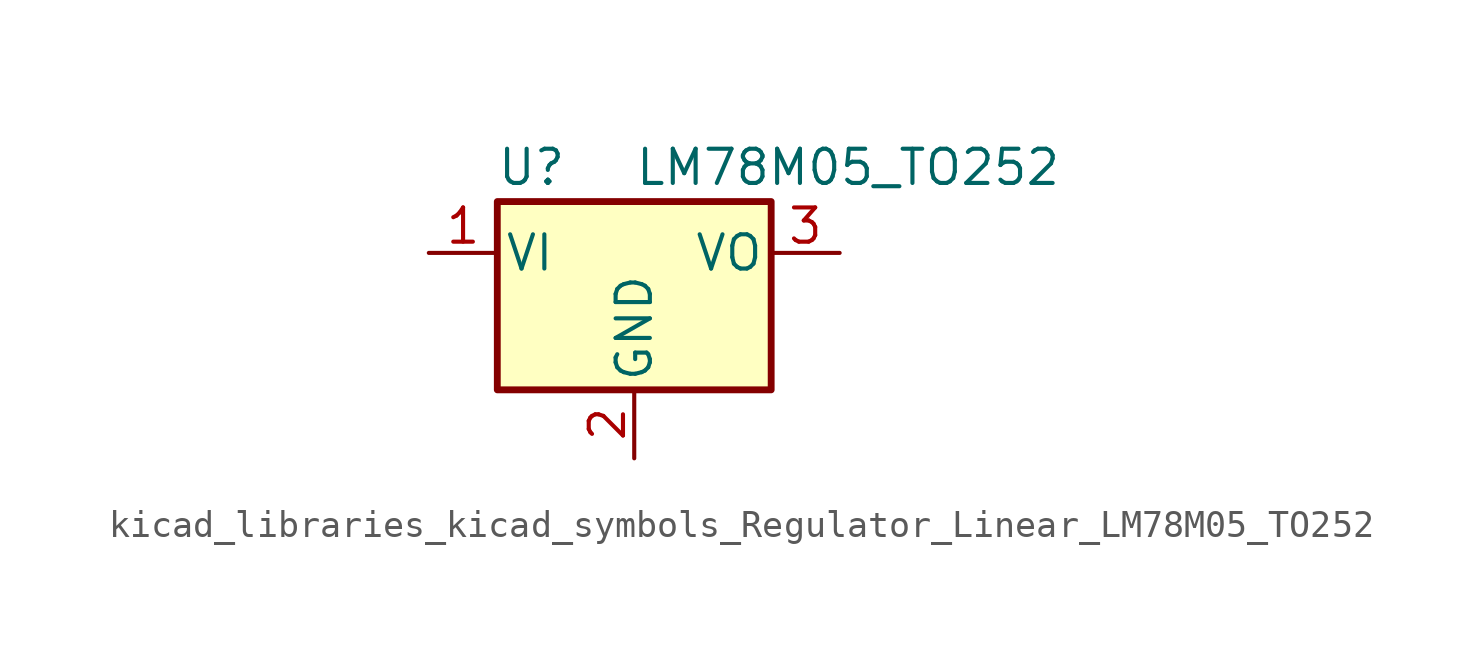
<source format=kicad_sym>
(kicad_symbol_lib
  (version 20220914)
  (generator kicad_symbol_editor)
  (symbol "kicad_libraries_kicad_symbols_Regulator_Linear_LM78M05_TO252"
    (pin_names
      (offset 0.254))
    (property "Reference" "U"
      (at -3.81 3.175 0)
      (effects (font (size 1.27 1.27))))
    (property "Value" "LM78M05_TO252"
      (at 0 3.175 0)
      (effects (font (size 1.27 1.27)) (justify left)))
    (symbol "kicad_libraries_kicad_symbols_Regulator_Linear_LM78M05_TO252_0_1"
      (rectangle (start -5.08 1.905) (end 5.08 -5.08) (stroke (width 0.254) (type default)) (fill (type background))))
    (symbol "kicad_libraries_kicad_symbols_Regulator_Linear_LM78M05_TO252_1_1"
      (pin power_in line (at -7.62 0 0) (length 2.54) (name "VI" (effects (font (size 1.27 1.27)))) (number "1" (effects (font (size 1.27 1.27)))))
      (pin power_in line (at 0 -7.62 90) (length 2.54) (name "GND" (effects (font (size 1.27 1.27)))) (number "2" (effects (font (size 1.27 1.27)))))
      (pin power_out line (at 7.62 0 180) (length 2.54) (name "VO" (effects (font (size 1.27 1.27)))) (number "3" (effects (font (size 1.27 1.27))))))))
</source>
